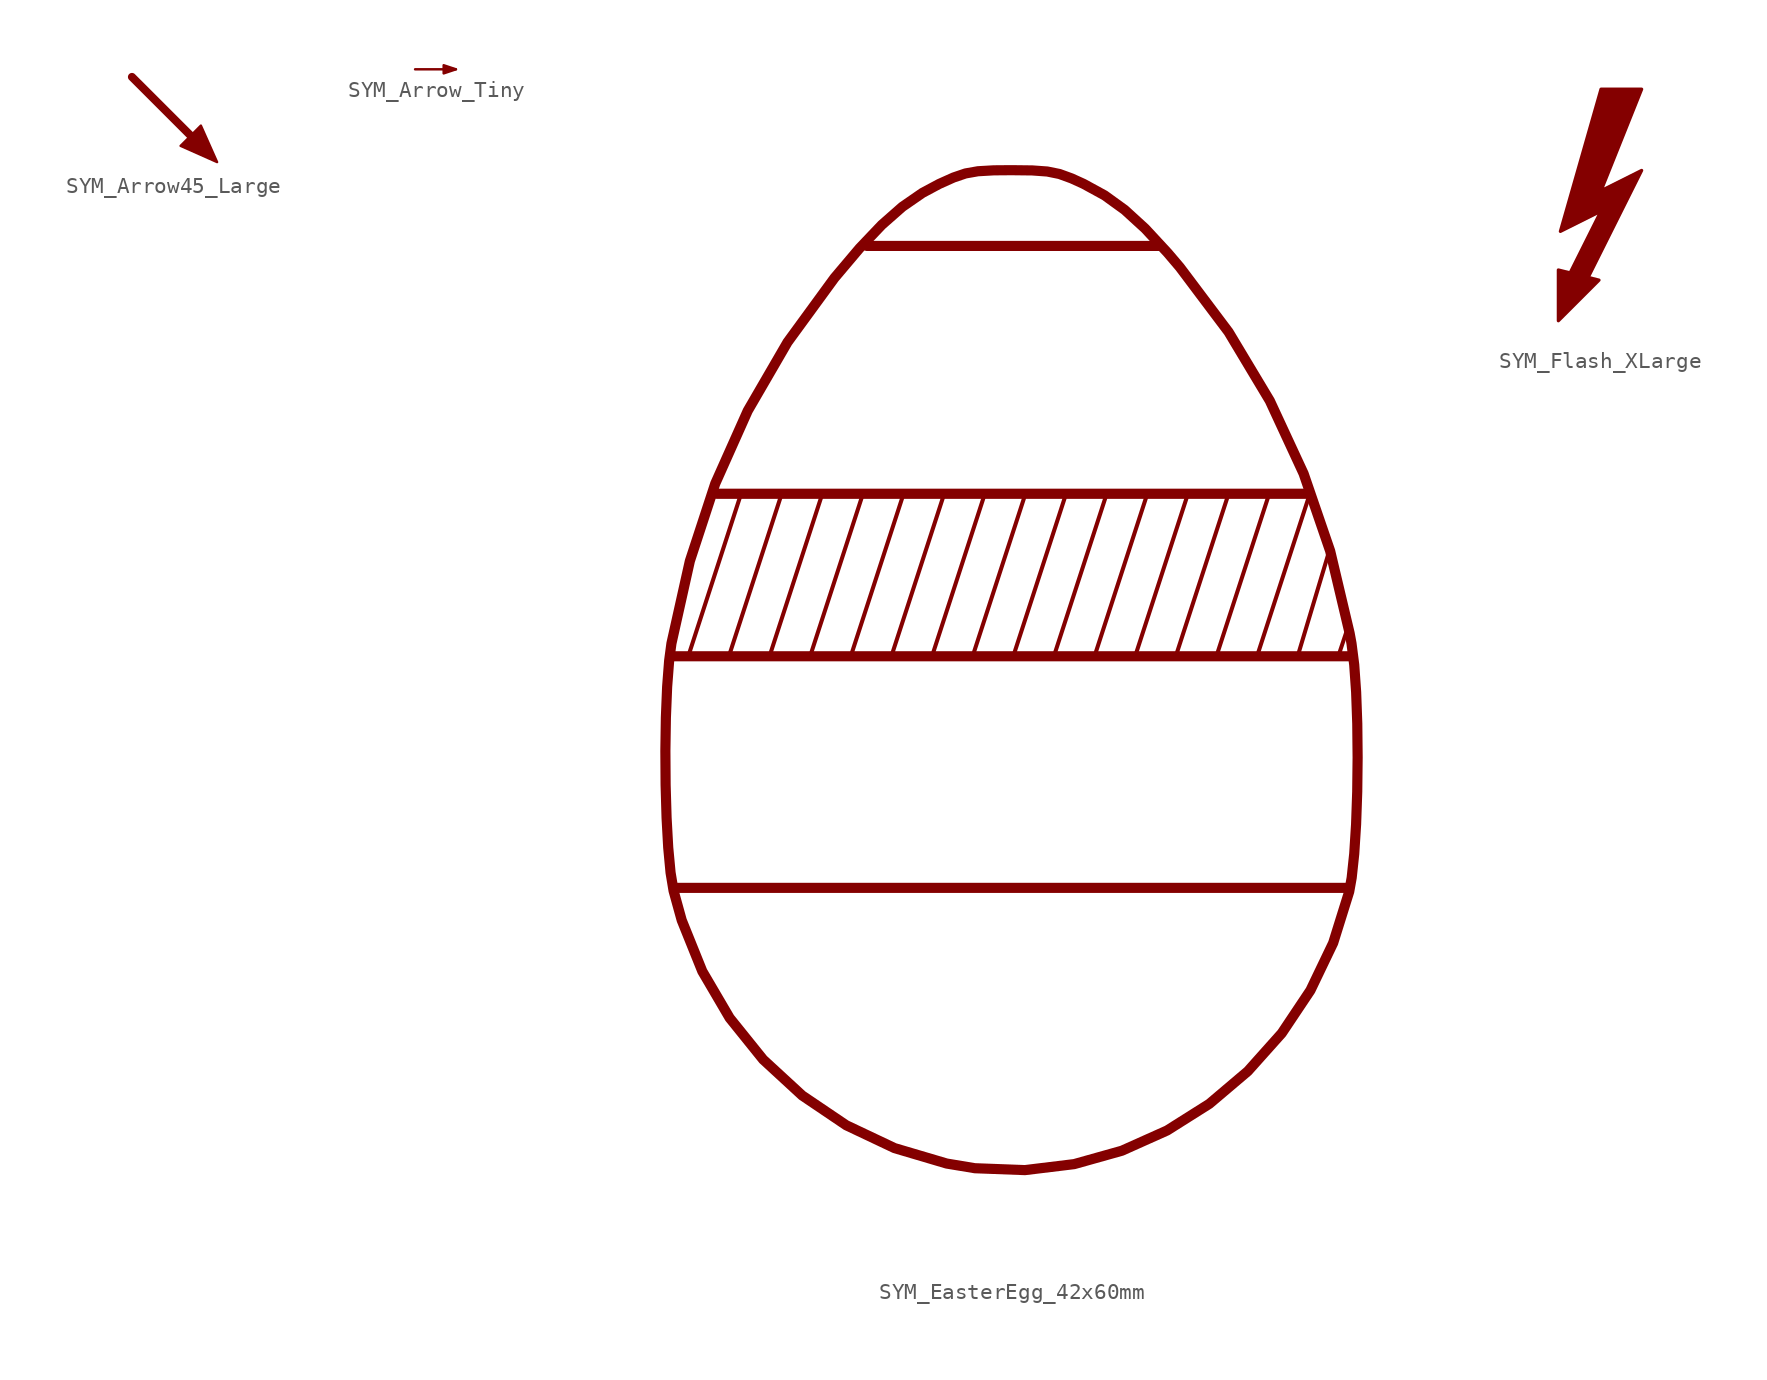
<source format=kicad_sym>
(kicad_symbol_lib
  (version 20231120)
  (generator "kicad_symbol_editor")
  (generator_version "8.0")
  (symbol "SYM_Arrow45_Large"
    (property "Reference" "#SYM"
      (at 0 4.064 0)
      (effects (font (size 1.27 1.27)) (hide yes)))
    (symbol "SYM_Arrow45_Large_0_1"
      (polyline (pts (xy -2.54 2.54) (xy 2.286 -2.286)) (stroke (width 0.508) (type default)) (fill (type none)))
      (polyline (pts (xy 2.794 -2.794) (xy 0.508 -1.778) (xy 1.778 -0.508) (xy 2.794 -2.794)) (stroke (width 0) (type default)) (fill (type outline)))))
  (symbol "SYM_Arrow_Tiny"
    (property "Reference" "#SYM"
      (at 0 1.524 0)
      (effects (font (size 1.27 1.27)) (hide yes)))
    (symbol "SYM_Arrow_Tiny_0_1"
      (polyline (pts (xy 1.27 0) (xy -1.27 0)) (stroke (width 0) (type default)) (fill (type none)))
      (polyline (pts (xy 1.27 0) (xy 0.508 -0.254) (xy 0.508 0.254) (xy 1.27 0)) (stroke (width 0) (type default)) (fill (type outline)))))
  (symbol "SYM_EasterEgg_42x60mm"
    (property "Reference" "SYM"
      (at 0 0 0)
      (effects (font (size 1.27 1.27)) (hide yes)))
    (symbol "SYM_EasterEgg_42x60mm_0_0"
      (polyline (pts (xy -21.336 31.75) (xy 21.082 31.75)) (stroke (width 0.635) (type default)) (fill (type none)))
      (polyline (pts (xy -21.082 17.272) (xy 20.828 17.272)) (stroke (width 0.635) (type default)) (fill (type none)))
      (polyline (pts (xy -20.32 31.75) (xy -17.018 41.91)) (stroke (width 0.254) (type default)) (fill (type none)))
      (polyline (pts (xy -18.542 41.91) (xy 18.542 41.91)) (stroke (width 0.635) (type default)) (fill (type none)))
      (polyline (pts (xy -17.78 31.75) (xy -14.478 41.91)) (stroke (width 0.254) (type default)) (fill (type none)))
      (polyline (pts (xy -15.24 31.75) (xy -11.938 41.91)) (stroke (width 0.254) (type default)) (fill (type none)))
      (polyline (pts (xy -12.7 31.75) (xy -9.398 41.91)) (stroke (width 0.254) (type default)) (fill (type none)))
      (polyline (pts (xy -10.16 31.75) (xy -6.858 41.91)) (stroke (width 0.254) (type default)) (fill (type none)))
      (polyline (pts (xy -9.144 57.404) (xy 9.144 57.404)) (stroke (width 0.635) (type default)) (fill (type none)))
      (polyline (pts (xy -7.62 31.75) (xy -4.318 41.91)) (stroke (width 0.254) (type default)) (fill (type none)))
      (polyline (pts (xy -5.08 31.75) (xy -1.778 41.91)) (stroke (width 0.254) (type default)) (fill (type none)))
      (polyline (pts (xy -2.54 31.75) (xy 0.762 41.91)) (stroke (width 0.254) (type default)) (fill (type none)))
      (polyline (pts (xy 0 31.75) (xy 3.302 41.91)) (stroke (width 0.254) (type default)) (fill (type none)))
      (polyline (pts (xy 2.54 31.75) (xy 5.842 41.91)) (stroke (width 0.254) (type default)) (fill (type none)))
      (polyline (pts (xy 5.08 31.75) (xy 8.382 41.91)) (stroke (width 0.254) (type default)) (fill (type none)))
      (polyline (pts (xy 7.62 31.75) (xy 10.922 41.91)) (stroke (width 0.254) (type default)) (fill (type none)))
      (polyline (pts (xy 10.16 31.75) (xy 13.462 41.91)) (stroke (width 0.254) (type default)) (fill (type none)))
      (polyline (pts (xy 12.7 31.75) (xy 16.002 41.91)) (stroke (width 0.254) (type default)) (fill (type none)))
      (polyline (pts (xy 15.24 31.75) (xy 18.542 41.91)) (stroke (width 0.254) (type default)) (fill (type none)))
      (polyline (pts (xy 17.78 31.75) (xy 19.685 38.1)) (stroke (width 0.254) (type default)) (fill (type none)))
      (polyline (pts (xy 20.32 31.75) (xy 20.955 33.655)) (stroke (width 0.254) (type default)) (fill (type none)))
      (polyline (pts (xy 3.81 0) (xy 6.788 0.836) (xy 9.619 2.103) (xy 12.26 3.77) (xy 14.664 5.807) (xy 16.786 8.182) (xy 18.58 10.865) (xy 20.001 13.826) (xy 21.003 17.033) (xy 21.158 17.902) (xy 21.318 19.406) (xy 21.434 21.239) (xy 21.505 23.284) (xy 21.53 25.422) (xy 21.508 27.536) (xy 21.437 29.507) (xy 21.317 31.219) (xy 21.147 32.553) (xy 21.029 33.198) (xy 19.813 38.333) (xy 18.153 43.169) (xy 16.04 47.725) (xy 13.464 52.02) (xy 10.417 56.073) (xy 9.657 56.967) (xy 8.248 58.489) (xy 6.964 59.662) (xy 5.712 60.567) (xy 4.396 61.286) (xy 3.647 61.627) (xy 2.887 61.904) (xy 2.127 62.058) (xy 1.188 62.126) (xy -0.111 62.141) (xy -1.219 62.132) (xy -2.206 62.075) (xy -2.983 61.938) (xy -3.731 61.684) (xy -4.63 61.281) (xy -5.679 60.72) (xy -6.936 59.851) (xy -8.219 58.722) (xy -9.608 57.262) (xy -11.181 55.401) (xy -14.114 51.384) (xy -16.6 47.099) (xy -18.632 42.547) (xy -20.219 37.706) (xy -21.371 32.553) (xy -21.514 31.476) (xy -21.64 29.836) (xy -21.718 27.918) (xy -21.75 25.836) (xy -21.735 23.71) (xy -21.675 21.654) (xy -21.572 19.788) (xy -21.426 18.226) (xy -21.237 17.086) (xy -20.729 15.249) (xy -19.441 12.055) (xy -17.731 9.139) (xy -15.636 6.537) (xy -13.194 4.288) (xy -10.443 2.43) (xy -7.421 1) (xy -4.164 0.036) (xy -2.401 -0.257) (xy 0.732 -0.375) (xy 3.81 0)) (stroke (width 0.635) (type default)) (fill (type none)))))
  (symbol "SYM_Flash_XLarge"
    (property "Reference" "#SYM"
      (at -3.81 0 90)
      (effects (font (size 1.27 1.27)) (hide yes)))
    (symbol "SYM_Flash_XLarge_0_1"
      (polyline (pts (xy -0.127 -3.683) (xy -2.667 -3.048) (xy -2.667 -6.223) (xy -0.127 -3.683)) (stroke (width 0.203) (type default)) (fill (type outline)))
      (polyline (pts (xy 0 8.255) (xy 1.27 8.255) (xy 2.54 8.255) (xy 0 1.905) (xy 2.54 3.175) (xy -1.27 -4.445) (xy -2.54 -4.445) (xy 0 0.635) (xy -2.54 -0.635) (xy 0 8.255)) (stroke (width 0.203) (type default)) (fill (type outline))))))
</source>
